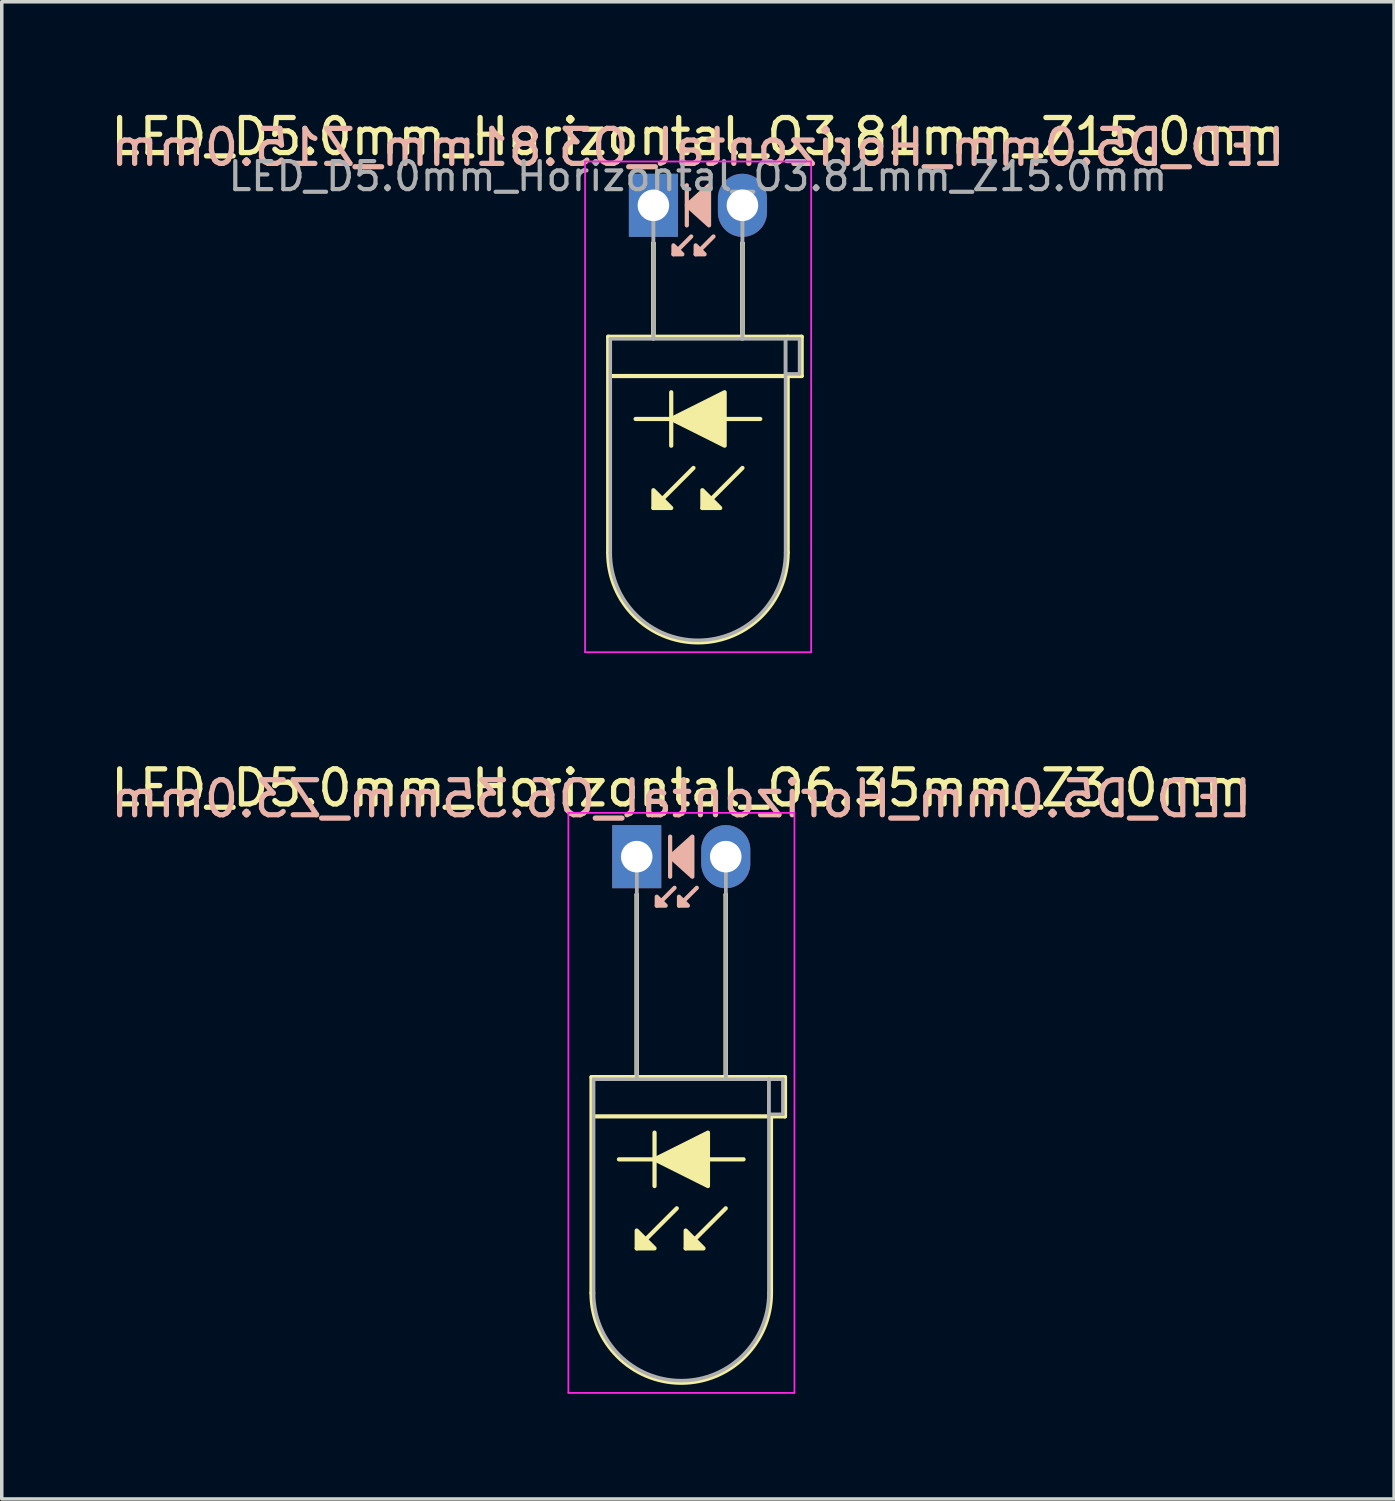
<source format=kicad_pcb>
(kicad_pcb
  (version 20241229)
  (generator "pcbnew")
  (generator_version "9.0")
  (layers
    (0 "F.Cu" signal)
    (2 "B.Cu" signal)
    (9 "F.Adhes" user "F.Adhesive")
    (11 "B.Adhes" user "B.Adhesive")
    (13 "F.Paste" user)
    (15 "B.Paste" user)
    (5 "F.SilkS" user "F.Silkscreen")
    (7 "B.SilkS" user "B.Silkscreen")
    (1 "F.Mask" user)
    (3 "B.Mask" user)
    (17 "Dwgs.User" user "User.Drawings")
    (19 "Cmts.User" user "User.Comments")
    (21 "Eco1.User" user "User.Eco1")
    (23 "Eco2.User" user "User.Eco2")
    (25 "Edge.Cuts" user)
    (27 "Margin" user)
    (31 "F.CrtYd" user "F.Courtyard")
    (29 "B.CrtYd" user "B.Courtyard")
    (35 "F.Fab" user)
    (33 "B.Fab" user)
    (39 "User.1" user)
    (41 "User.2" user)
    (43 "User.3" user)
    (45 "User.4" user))
  (footprint "LED_D5.0mm_Horizontal_O3.81mm_Z15.0mm"
    (layer "F.Cu")
    (at 15.593 2.808)
    (property "Reference" "LED_D5.0mm_Horizontal_O3.81mm_Z15.0mm" (at 1.27 -1.96 0) (layer "F.SilkS") (effects (font (size 1 1) (thickness 0.15))))
    (fp_line (start -1.29 3.75) (end -1.29 9.91) (stroke (width 0.12) (type solid)) (layer "F.SilkS"))
    (fp_line (start -1.29 3.75) (end 3.83 3.75) (stroke (width 0.12) (type solid)) (layer "F.SilkS"))
    (fp_line (start 0 1.08) (end 0 1.08) (stroke (width 0.12) (type solid)) (layer "F.SilkS"))
    (fp_line (start 0 1.08) (end 0 3.75) (stroke (width 0.12) (type solid)) (layer "F.SilkS"))
    (fp_line (start 0 3.75) (end 0 1.08) (stroke (width 0.12) (type solid)) (layer "F.SilkS"))
    (fp_line (start 0 3.75) (end 0 3.75) (stroke (width 0.12) (type solid)) (layer "F.SilkS"))
    (fp_line (start 0.508 5.334) (end 0.508 6.858) (stroke (width 0.12) (type solid)) (layer "F.SilkS"))
    (fp_line (start 0.508 6.096) (end -0.508 6.096) (stroke (width 0.12) (type solid)) (layer "F.SilkS"))
    (fp_line (start 1.143 7.493) (end 0 8.636) (stroke (width 0.12) (type solid)) (layer "F.SilkS"))
    (fp_line (start 2.54 1.08) (end 2.54 1.08) (stroke (width 0.12) (type solid)) (layer "F.SilkS"))
    (fp_line (start 2.54 1.08) (end 2.54 3.75) (stroke (width 0.12) (type solid)) (layer "F.SilkS"))
    (fp_line (start 2.54 3.75) (end 2.54 1.08) (stroke (width 0.12) (type solid)) (layer "F.SilkS"))
    (fp_line (start 2.54 3.75) (end 2.54 3.75) (stroke (width 0.12) (type solid)) (layer "F.SilkS"))
    (fp_line (start 2.54 7.493) (end 1.397 8.636) (stroke (width 0.12) (type solid)) (layer "F.SilkS"))
    (fp_line (start 3.048 6.096) (end 2.032 6.096) (stroke (width 0.12) (type solid)) (layer "F.SilkS"))
    (fp_line (start 3.83 3.75) (end 4.23 3.75) (stroke (width 0.12) (type solid)) (layer "F.SilkS"))
    (fp_line (start 3.83 4.87) (end 3.83 9.91) (stroke (width 0.12) (type solid)) (layer "F.SilkS"))
    (fp_line (start 4.23 3.75) (end 4.23 4.87) (stroke (width 0.12) (type solid)) (layer "F.SilkS"))
    (fp_line (start 4.23 4.87) (end -1.27 4.87) (stroke (width 0.12) (type solid)) (layer "F.SilkS"))
    (fp_arc (start 3.83 9.91) (mid 1.27 12.47) (end -1.29 9.91) (stroke (width 0.12) (type solid)) (layer "F.SilkS"))
    (fp_poly (pts (xy 0 8.128) (xy 0.508 8.636) (xy 0 8.636)) (stroke (width 0.12) (type solid)) (fill yes) (layer "F.SilkS"))
    (fp_poly (pts (xy 1.397 8.128) (xy 1.905 8.636) (xy 1.397 8.636)) (stroke (width 0.12) (type solid)) (fill yes) (layer "F.SilkS"))
    (fp_poly (pts (xy 2.032 6.858) (xy 0.508 6.096) (xy 2.032 5.334)) (stroke (width 0.12) (type solid)) (fill yes) (layer "F.SilkS"))
    (fp_line (start 0.953 -0.572) (end 0.953 0.572) (stroke (width 0.12) (type solid)) (layer "B.SilkS"))
    (fp_line (start 1.079 0.889) (end 0.572 1.397) (stroke (width 0.12) (type solid)) (layer "B.SilkS"))
    (fp_line (start 1.714 0.889) (end 1.206 1.397) (stroke (width 0.12) (type solid)) (layer "B.SilkS"))
    (fp_poly (pts (xy 0.572 1.143) (xy 0.826 1.397) (xy 0.572 1.397)) (stroke (width 0.12) (type solid)) (fill yes) (layer "B.SilkS"))
    (fp_poly (pts (xy 1.206 1.143) (xy 1.46 1.397) (xy 1.206 1.397)) (stroke (width 0.12) (type solid)) (fill yes) (layer "B.SilkS"))
    (fp_poly (pts (xy 1.587 0.572) (xy 0.953 0) (xy 1.587 -0.572)) (stroke (width 0.12) (type solid)) (fill yes) (layer "B.SilkS"))
    (fp_line (start -1.95 -1.25) (end -1.95 12.75) (stroke (width 0.05) (type solid)) (layer "F.CrtYd"))
    (fp_line (start -1.95 12.75) (end 4.5 12.75) (stroke (width 0.05) (type solid)) (layer "F.CrtYd"))
    (fp_line (start 4.5 -1.25) (end -1.95 -1.25) (stroke (width 0.05) (type solid)) (layer "F.CrtYd"))
    (fp_line (start 4.5 12.75) (end 4.5 -1.25) (stroke (width 0.05) (type solid)) (layer "F.CrtYd"))
    (fp_line (start -1.23 3.81) (end -1.23 9.91) (stroke (width 0.1) (type solid)) (layer "F.Fab"))
    (fp_line (start -1.23 3.81) (end 3.77 3.81) (stroke (width 0.1) (type solid)) (layer "F.Fab"))
    (fp_line (start 0 0) (end 0 0) (stroke (width 0.1) (type solid)) (layer "F.Fab"))
    (fp_line (start 0 0) (end 0 3.81) (stroke (width 0.1) (type solid)) (layer "F.Fab"))
    (fp_line (start 0 3.81) (end 0 0) (stroke (width 0.1) (type solid)) (layer "F.Fab"))
    (fp_line (start 0 3.81) (end 0 3.81) (stroke (width 0.1) (type solid)) (layer "F.Fab"))
    (fp_line (start 2.54 0) (end 2.54 0) (stroke (width 0.1) (type solid)) (layer "F.Fab"))
    (fp_line (start 2.54 0) (end 2.54 3.81) (stroke (width 0.1) (type solid)) (layer "F.Fab"))
    (fp_line (start 2.54 3.81) (end 2.54 0) (stroke (width 0.1) (type solid)) (layer "F.Fab"))
    (fp_line (start 2.54 3.81) (end 2.54 3.81) (stroke (width 0.1) (type solid)) (layer "F.Fab"))
    (fp_line (start 3.77 3.81) (end 3.77 9.91) (stroke (width 0.1) (type solid)) (layer "F.Fab"))
    (fp_line (start 3.77 3.81) (end 4.17 3.81) (stroke (width 0.1) (type solid)) (layer "F.Fab"))
    (fp_line (start 3.77 4.81) (end 3.77 3.81) (stroke (width 0.1) (type solid)) (layer "F.Fab"))
    (fp_line (start 4.17 3.81) (end 4.17 4.81) (stroke (width 0.1) (type solid)) (layer "F.Fab"))
    (fp_line (start 4.17 4.81) (end 3.77 4.81) (stroke (width 0.1) (type solid)) (layer "F.Fab"))
    (fp_arc (start 3.77 9.91) (mid 1.27 12.41) (end -1.23 9.91) (stroke (width 0.1) (type solid)) (layer "F.Fab"))
    (fp_text user "${REFERENCE}" (at 1.27 -1.651 0) (layer "B.SilkS") (effects (font (size 1 1) (thickness 0.15)) (justify mirror)))
    (fp_text user "${REFERENCE}" (at 1.27 -0.826 0) (layer "F.Fab") (effects (font (size 0.8 0.8) (thickness 0.12))))
    (pad "1" thru_hole rect (at 0 0) (size 1.4 1.8) (drill 0.9) (layers "*.Cu" "*.Mask"))
    (pad "2" thru_hole oval (at 2.54 0) (size 1.4 1.8) (drill 0.9) (layers "*.Cu" "*.Mask")))
  (footprint "LED_D5.0mm_Horizontal_O6.35mm_Z3.0mm"
    (layer "F.Cu")
    (at 15.117 21.392)
    (property "Reference" "LED_D5.0mm_Horizontal_O6.35mm_Z3.0mm" (at 1.27 -1.96 0) (layer "F.SilkS") (effects (font (size 1 1) (thickness 0.15))))
    (fp_line (start -1.29 6.29) (end -1.29 12.45) (stroke (width 0.12) (type solid)) (layer "F.SilkS"))
    (fp_line (start -1.29 6.29) (end 3.83 6.29) (stroke (width 0.12) (type solid)) (layer "F.SilkS"))
    (fp_line (start 0 1.08) (end 0 1.08) (stroke (width 0.12) (type solid)) (layer "F.SilkS"))
    (fp_line (start 0 1.08) (end 0 6.29) (stroke (width 0.12) (type solid)) (layer "F.SilkS"))
    (fp_line (start 0 6.29) (end 0 1.08) (stroke (width 0.12) (type solid)) (layer "F.SilkS"))
    (fp_line (start 0 6.29) (end 0 6.29) (stroke (width 0.12) (type solid)) (layer "F.SilkS"))
    (fp_line (start 0.508 7.874) (end 0.508 9.398) (stroke (width 0.12) (type solid)) (layer "F.SilkS"))
    (fp_line (start 0.508 8.636) (end -0.508 8.636) (stroke (width 0.12) (type solid)) (layer "F.SilkS"))
    (fp_line (start 1.143 10.033) (end 0 11.176) (stroke (width 0.12) (type solid)) (layer "F.SilkS"))
    (fp_line (start 2.54 1.08) (end 2.54 1.08) (stroke (width 0.12) (type solid)) (layer "F.SilkS"))
    (fp_line (start 2.54 1.08) (end 2.54 6.29) (stroke (width 0.12) (type solid)) (layer "F.SilkS"))
    (fp_line (start 2.54 6.29) (end 2.54 1.08) (stroke (width 0.12) (type solid)) (layer "F.SilkS"))
    (fp_line (start 2.54 6.29) (end 2.54 6.29) (stroke (width 0.12) (type solid)) (layer "F.SilkS"))
    (fp_line (start 2.54 10.033) (end 1.397 11.176) (stroke (width 0.12) (type solid)) (layer "F.SilkS"))
    (fp_line (start 3.048 8.636) (end 2.032 8.636) (stroke (width 0.12) (type solid)) (layer "F.SilkS"))
    (fp_line (start 3.83 6.29) (end 4.23 6.29) (stroke (width 0.12) (type solid)) (layer "F.SilkS"))
    (fp_line (start 3.83 7.41) (end 3.83 12.45) (stroke (width 0.12) (type solid)) (layer "F.SilkS"))
    (fp_line (start 4.23 6.29) (end 4.23 7.41) (stroke (width 0.12) (type solid)) (layer "F.SilkS"))
    (fp_line (start 4.23 7.41) (end -1.27 7.41) (stroke (width 0.12) (type solid)) (layer "F.SilkS"))
    (fp_arc (start 3.83 12.45) (mid 1.27 15.01) (end -1.29 12.45) (stroke (width 0.12) (type solid)) (layer "F.SilkS"))
    (fp_poly (pts (xy 0 10.668) (xy 0.508 11.176) (xy 0 11.176)) (stroke (width 0.12) (type solid)) (fill yes) (layer "F.SilkS"))
    (fp_poly (pts (xy 1.397 10.668) (xy 1.905 11.176) (xy 1.397 11.176)) (stroke (width 0.12) (type solid)) (fill yes) (layer "F.SilkS"))
    (fp_poly (pts (xy 2.032 9.398) (xy 0.508 8.636) (xy 2.032 7.874)) (stroke (width 0.12) (type solid)) (fill yes) (layer "F.SilkS"))
    (fp_line (start 0.953 -0.572) (end 0.953 0.572) (stroke (width 0.12) (type solid)) (layer "B.SilkS"))
    (fp_line (start 1.079 0.889) (end 0.572 1.397) (stroke (width 0.12) (type solid)) (layer "B.SilkS"))
    (fp_line (start 1.714 0.889) (end 1.206 1.397) (stroke (width 0.12) (type solid)) (layer "B.SilkS"))
    (fp_poly (pts (xy 0.572 1.143) (xy 0.826 1.397) (xy 0.572 1.397)) (stroke (width 0.12) (type solid)) (fill yes) (layer "B.SilkS"))
    (fp_poly (pts (xy 1.206 1.143) (xy 1.46 1.397) (xy 1.206 1.397)) (stroke (width 0.12) (type solid)) (fill yes) (layer "B.SilkS"))
    (fp_poly (pts (xy 1.587 0.572) (xy 0.953 0) (xy 1.587 -0.572)) (stroke (width 0.12) (type solid)) (fill yes) (layer "B.SilkS"))
    (fp_line (start -1.95 -1.25) (end -1.95 15.3) (stroke (width 0.05) (type solid)) (layer "F.CrtYd"))
    (fp_line (start -1.95 15.3) (end 4.5 15.3) (stroke (width 0.05) (type solid)) (layer "F.CrtYd"))
    (fp_line (start 4.5 -1.25) (end -1.95 -1.25) (stroke (width 0.05) (type solid)) (layer "F.CrtYd"))
    (fp_line (start 4.5 15.3) (end 4.5 -1.25) (stroke (width 0.05) (type solid)) (layer "F.CrtYd"))
    (fp_line (start -1.23 6.35) (end -1.23 12.45) (stroke (width 0.1) (type solid)) (layer "F.Fab"))
    (fp_line (start -1.23 6.35) (end 3.77 6.35) (stroke (width 0.1) (type solid)) (layer "F.Fab"))
    (fp_line (start 0 0) (end 0 0) (stroke (width 0.1) (type solid)) (layer "F.Fab"))
    (fp_line (start 0 0) (end 0 6.35) (stroke (width 0.1) (type solid)) (layer "F.Fab"))
    (fp_line (start 0 6.35) (end 0 0) (stroke (width 0.1) (type solid)) (layer "F.Fab"))
    (fp_line (start 0 6.35) (end 0 6.35) (stroke (width 0.1) (type solid)) (layer "F.Fab"))
    (fp_line (start 2.54 0) (end 2.54 0) (stroke (width 0.1) (type solid)) (layer "F.Fab"))
    (fp_line (start 2.54 0) (end 2.54 6.35) (stroke (width 0.1) (type solid)) (layer "F.Fab"))
    (fp_line (start 2.54 6.35) (end 2.54 0) (stroke (width 0.1) (type solid)) (layer "F.Fab"))
    (fp_line (start 2.54 6.35) (end 2.54 6.35) (stroke (width 0.1) (type solid)) (layer "F.Fab"))
    (fp_line (start 3.77 6.35) (end 3.77 12.45) (stroke (width 0.1) (type solid)) (layer "F.Fab"))
    (fp_line (start 3.77 6.35) (end 4.17 6.35) (stroke (width 0.1) (type solid)) (layer "F.Fab"))
    (fp_line (start 3.77 7.35) (end 3.77 6.35) (stroke (width 0.1) (type solid)) (layer "F.Fab"))
    (fp_line (start 4.17 6.35) (end 4.17 7.35) (stroke (width 0.1) (type solid)) (layer "F.Fab"))
    (fp_line (start 4.17 7.35) (end 3.77 7.35) (stroke (width 0.1) (type solid)) (layer "F.Fab"))
    (fp_arc (start 3.77 12.45) (mid 1.27 14.95) (end -1.23 12.45) (stroke (width 0.1) (type solid)) (layer "F.Fab"))
    (fp_text user "${REFERENCE}" (at 1.27 -1.651 0) (layer "B.SilkS") (effects (font (size 1 1) (thickness 0.15)) (justify mirror)))
    (pad "1" thru_hole rect (at 0 0) (size 1.4 1.8) (drill 0.9) (layers "*.Cu" "*.Mask"))
    (pad "2" thru_hole oval (at 2.54 0) (size 1.4 1.8) (drill 0.9) (layers "*.Cu" "*.Mask")))
  (gr_rect
    (start -3 -3)
    (end 36.726 39.717)
    (stroke (width 0.1) (type default))
    (fill no)
    (layer "Edge.Cuts")))
</source>
